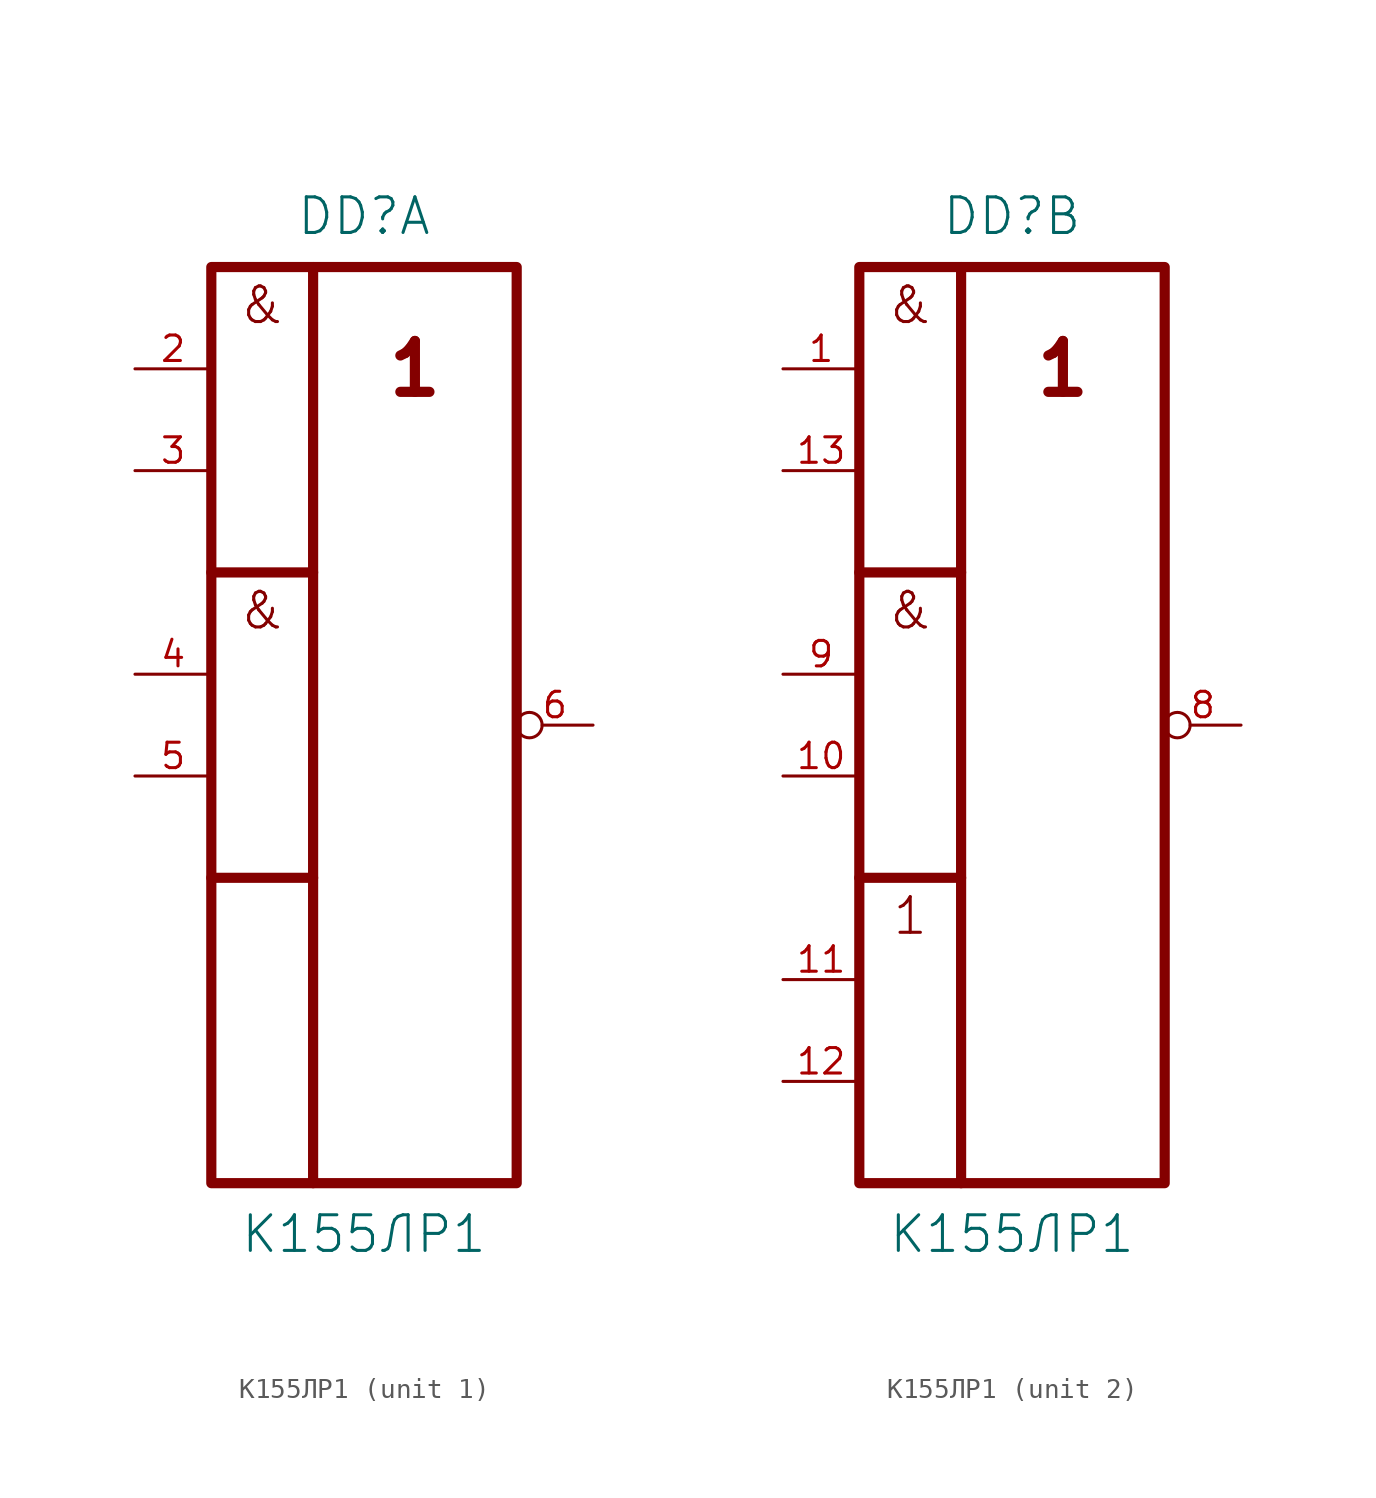
<source format=kicad_sym>
(kicad_symbol_lib
  (version 20211014)
  (generator kicad_symbol_editor)
  (symbol "К155ЛР1"
    (pin_names
      (offset 1.27))
    (property "Reference" "DD"
      (at 0 25.4 0)
      (effects (font (size 1.778 1.778))))
    (property "Value" "К155ЛР1"
      (at 0 -25.4 0)
      (effects (font (size 1.778 1.778))))
    (property "ki_locked" ""
      (at 0 0 0)
      (effects (font (size 1.27 1.27))))
    (symbol "К155ЛР1_0_0"
      (text "&" (at -5.08 5.715 0) (effects (font (size 1.778 1.778))))
      (text "&" (at -5.08 20.955 0) (effects (font (size 1.778 1.778))))
      (text "1" (at 2.54 17.78 0) (effects (font (size 2.54 2.54) bold))))
    (symbol "К155ЛР1_0_1"
      (rectangle (start -7.62 22.86) (end 7.62 -22.86) (stroke (width 0.508) (type default) (color 0 0 0 0)) (fill (type none)))
      (polyline (pts (xy -7.62 -7.62) (xy -2.54 -7.62)) (stroke (width 0.508) (type default) (color 0 0 0 0)) (fill (type none)))
      (polyline (pts (xy -7.62 7.62) (xy -2.54 7.62)) (stroke (width 0.508) (type default) (color 0 0 0 0)) (fill (type none)))
      (polyline (pts (xy -2.54 22.86) (xy -2.54 -22.86)) (stroke (width 0.508) (type default) (color 0 0 0 0)) (fill (type none)))
      (pin power_in non_logic (at 11.43 20.32 180) (length 3.81) hide (name "VCC" (effects (font (size 1.27 1.27)))) (number "14" (effects (font (size 1.27 1.27)))))
      (pin power_in non_logic (at 11.43 -20.32 180) (length 3.81) hide (name "GND" (effects (font (size 1.27 1.27)))) (number "7" (effects (font (size 1.27 1.27))))))
    (symbol "К155ЛР1_1_1"
      (pin input line (at -11.43 17.78 0) (length 3.81) (name "~" (effects (font (size 1.778 1.778)))) (number "2" (effects (font (size 1.27 1.27)))))
      (pin input line (at -11.43 12.7 0) (length 3.81) (name "~" (effects (font (size 1.778 1.778)))) (number "3" (effects (font (size 1.27 1.27)))))
      (pin input line (at -11.43 2.54 0) (length 3.81) (name "~" (effects (font (size 1.778 1.778)))) (number "4" (effects (font (size 1.27 1.27)))))
      (pin input line (at -11.43 -2.54 0) (length 3.81) (name "~" (effects (font (size 1.778 1.778)))) (number "5" (effects (font (size 1.27 1.27)))))
      (pin output inverted (at 11.43 0 180) (length 3.81) (name "~" (effects (font (size 1.778 1.778)))) (number "6" (effects (font (size 1.27 1.27))))))
    (symbol "К155ЛР1_2_1"
      (text "1" (at -5.08 -9.525 0) (effects (font (size 1.778 1.778))))
      (pin input line (at -11.43 17.78 0) (length 3.81) (name "~" (effects (font (size 1.778 1.778)))) (number "1" (effects (font (size 1.27 1.27)))))
      (pin input line (at -11.43 -2.54 0) (length 3.81) (name "~" (effects (font (size 1.778 1.778)))) (number "10" (effects (font (size 1.27 1.27)))))
      (pin input line (at -11.43 -12.7 0) (length 3.81) (name "~" (effects (font (size 1.778 1.778)))) (number "11" (effects (font (size 1.27 1.27)))))
      (pin input line (at -11.43 -17.78 0) (length 3.81) (name "~" (effects (font (size 1.778 1.778)))) (number "12" (effects (font (size 1.27 1.27)))))
      (pin input line (at -11.43 12.7 0) (length 3.81) (name "~" (effects (font (size 1.778 1.778)))) (number "13" (effects (font (size 1.27 1.27)))))
      (pin output inverted (at 11.43 0 180) (length 3.81) (name "~" (effects (font (size 1.778 1.778)))) (number "8" (effects (font (size 1.27 1.27)))))
      (pin input line (at -11.43 2.54 0) (length 3.81) (name "~" (effects (font (size 1.778 1.778)))) (number "9" (effects (font (size 1.27 1.27))))))))
</source>
